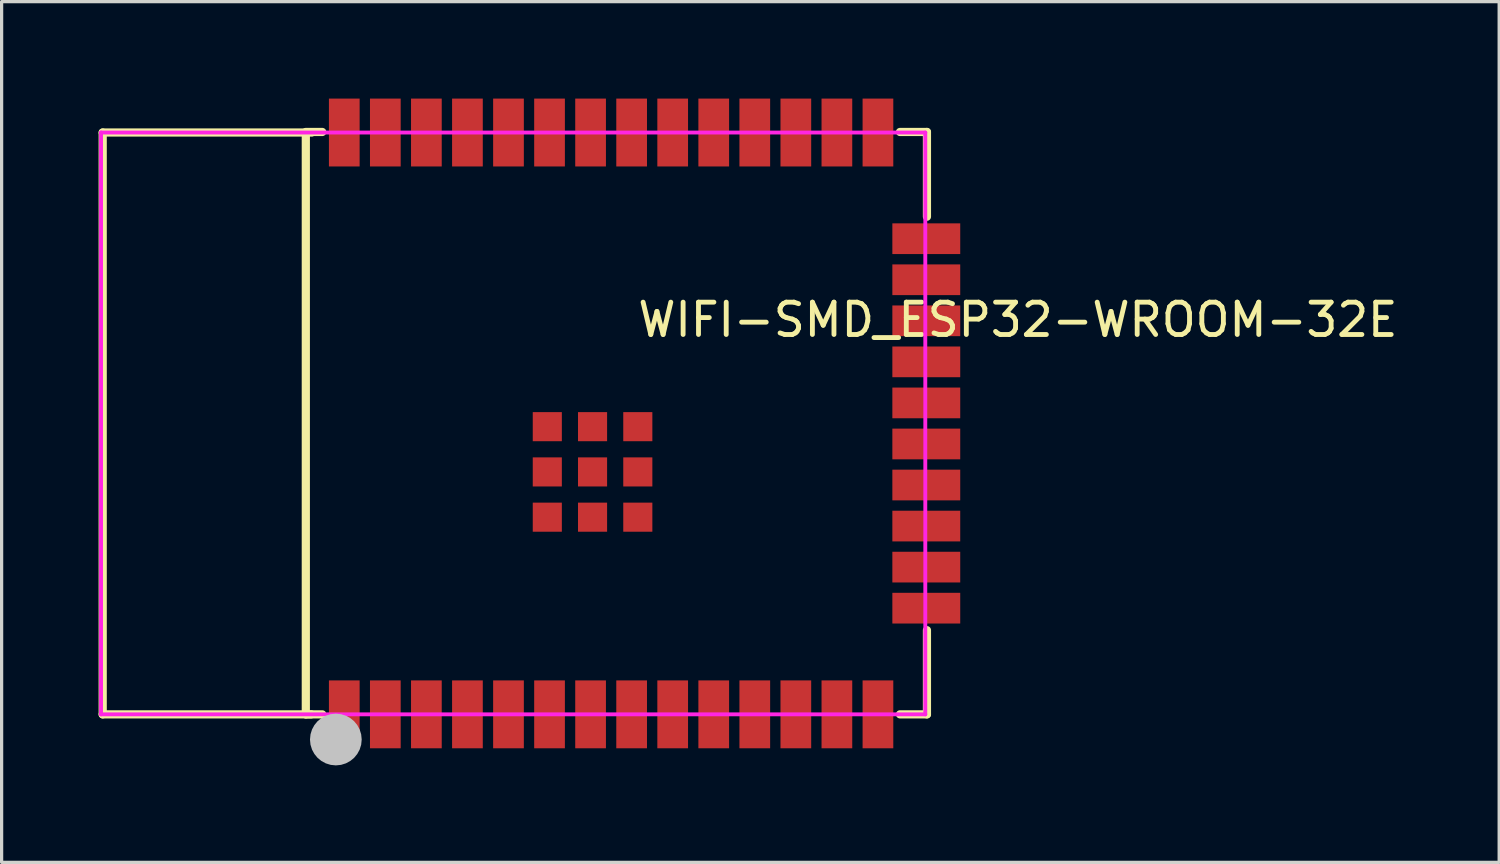
<source format=kicad_pcb>
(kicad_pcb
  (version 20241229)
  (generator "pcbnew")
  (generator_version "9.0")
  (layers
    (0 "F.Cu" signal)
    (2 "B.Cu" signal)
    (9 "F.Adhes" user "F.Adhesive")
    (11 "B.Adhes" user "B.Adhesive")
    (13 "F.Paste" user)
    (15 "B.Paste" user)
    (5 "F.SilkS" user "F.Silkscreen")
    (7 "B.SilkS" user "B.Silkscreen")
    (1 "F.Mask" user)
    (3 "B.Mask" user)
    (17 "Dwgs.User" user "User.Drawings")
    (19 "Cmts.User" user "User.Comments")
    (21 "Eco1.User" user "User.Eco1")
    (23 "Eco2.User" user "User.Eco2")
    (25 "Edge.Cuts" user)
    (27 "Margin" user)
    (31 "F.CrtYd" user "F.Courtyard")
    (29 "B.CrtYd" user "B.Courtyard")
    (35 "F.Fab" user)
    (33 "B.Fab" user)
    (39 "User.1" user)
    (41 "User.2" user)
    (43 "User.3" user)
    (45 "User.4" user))
  (footprint "WIFI-SMD_ESP32-WROOM-32E"
    (layer "F.Cu")
    (at 16.604 10.05)
    (property "Reference" "WIFI-SMD_ESP32-WROOM-32E" (at 0 -3.207 0) (layer "F.SilkS") (effects (font (size 1 1) (thickness 0.15)) (justify left)))
    (attr through_hole)
    (fp_line (start -16.477 -9) (end -16.477 9) (stroke (width 0.254) (type solid)) (layer "F.SilkS"))
    (fp_line (start -16.477 -9) (end -10.011 -9) (stroke (width 0.254) (type solid)) (layer "F.SilkS"))
    (fp_line (start -16.477 9) (end -10.027 9) (stroke (width 0.254) (type solid)) (layer "F.SilkS"))
    (fp_line (start -10.193 -9) (end -10.193 9) (stroke (width 0.254) (type solid)) (layer "F.SilkS"))
    (fp_line (start -10.193 9) (end -9.684 9) (stroke (width 0.254) (type solid)) (layer "F.SilkS"))
    (fp_line (start -9.684 -9.017) (end -10.193 -9.017) (stroke (width 0.254) (type solid)) (layer "F.SilkS"))
    (fp_line (start 8.189 9) (end 9.023 9) (stroke (width 0.254) (type solid)) (layer "F.SilkS"))
    (fp_line (start 9.023 -9.017) (end 8.189 -9.017) (stroke (width 0.254) (type solid)) (layer "F.SilkS"))
    (fp_line (start 9.023 -6.396) (end 9.023 -9.017) (stroke (width 0.254) (type solid)) (layer "F.SilkS"))
    (fp_line (start 9.023 9) (end 9.023 6.396) (stroke (width 0.254) (type solid)) (layer "F.SilkS"))
    (fp_circle (center -9.264 9.779) (end -8.864 9.779) (stroke (width 0.8) (type solid)) (fill no) (layer "Dwgs.User"))
    (fp_circle (center -16.528 9) (end -16.498 9) (stroke (width 0.06) (type solid)) (fill no) (layer "Eco2.User"))
    (fp_poly (pts (xy -9.428 8.1) (xy -8.578 8.1) (xy -8.578 9) (xy -9.428 9)) (stroke (width 0.12) (type solid)) (fill no) (layer "Eco2.User"))
    (fp_poly (pts (xy -8.578 -8.1) (xy -9.428 -8.1) (xy -9.428 -9) (xy -8.578 -9)) (stroke (width 0.12) (type solid)) (fill no) (layer "Eco2.User"))
    (fp_poly (pts (xy -8.158 8.1) (xy -7.308 8.1) (xy -7.308 9) (xy -8.158 9)) (stroke (width 0.12) (type solid)) (fill no) (layer "Eco2.User"))
    (fp_poly (pts (xy -7.308 -8.1) (xy -8.158 -8.1) (xy -8.158 -9) (xy -7.308 -9)) (stroke (width 0.12) (type solid)) (fill no) (layer "Eco2.User"))
    (fp_poly (pts (xy -6.888 8.1) (xy -6.038 8.1) (xy -6.038 9) (xy -6.888 9)) (stroke (width 0.12) (type solid)) (fill no) (layer "Eco2.User"))
    (fp_poly (pts (xy -6.038 -8.1) (xy -6.888 -8.1) (xy -6.888 -9) (xy -6.038 -9)) (stroke (width 0.12) (type solid)) (fill no) (layer "Eco2.User"))
    (fp_poly (pts (xy -5.618 8.1) (xy -4.768 8.1) (xy -4.768 9) (xy -5.618 9)) (stroke (width 0.12) (type solid)) (fill no) (layer "Eco2.User"))
    (fp_poly (pts (xy -4.768 -8.1) (xy -5.618 -8.1) (xy -5.618 -9) (xy -4.768 -9)) (stroke (width 0.12) (type solid)) (fill no) (layer "Eco2.User"))
    (fp_poly (pts (xy -4.348 8.1) (xy -3.498 8.1) (xy -3.498 9) (xy -4.348 9)) (stroke (width 0.12) (type solid)) (fill no) (layer "Eco2.User"))
    (fp_poly (pts (xy -3.498 -8.1) (xy -4.348 -8.1) (xy -4.348 -9) (xy -3.498 -9)) (stroke (width 0.12) (type solid)) (fill no) (layer "Eco2.User"))
    (fp_poly (pts (xy -3.078 8.1) (xy -2.228 8.1) (xy -2.228 9) (xy -3.078 9)) (stroke (width 0.12) (type solid)) (fill no) (layer "Eco2.User"))
    (fp_poly (pts (xy -2.269 0.55) (xy -3.169 0.55) (xy -3.169 -0.35) (xy -2.269 -0.35)) (stroke (width 0.12) (type solid)) (fill no) (layer "Eco2.User"))
    (fp_poly (pts (xy -2.269 1.95) (xy -3.169 1.95) (xy -3.169 1.05) (xy -2.269 1.05)) (stroke (width 0.12) (type solid)) (fill no) (layer "Eco2.User"))
    (fp_poly (pts (xy -2.269 3.35) (xy -3.169 3.35) (xy -3.169 2.45) (xy -2.269 2.45)) (stroke (width 0.12) (type solid)) (fill no) (layer "Eco2.User"))
    (fp_poly (pts (xy -2.228 -8.1) (xy -3.078 -8.1) (xy -3.078 -9) (xy -2.228 -9)) (stroke (width 0.12) (type solid)) (fill no) (layer "Eco2.User"))
    (fp_poly (pts (xy -1.808 8.1) (xy -0.958 8.1) (xy -0.958 9) (xy -1.808 9)) (stroke (width 0.12) (type solid)) (fill no) (layer "Eco2.User"))
    (fp_poly (pts (xy -0.958 -8.1) (xy -1.808 -8.1) (xy -1.808 -9) (xy -0.958 -9)) (stroke (width 0.12) (type solid)) (fill no) (layer "Eco2.User"))
    (fp_poly (pts (xy -0.868 0.55) (xy -1.768 0.55) (xy -1.768 -0.35) (xy -0.868 -0.35)) (stroke (width 0.12) (type solid)) (fill no) (layer "Eco2.User"))
    (fp_poly (pts (xy -0.868 1.95) (xy -1.768 1.95) (xy -1.768 1.05) (xy -0.868 1.05)) (stroke (width 0.12) (type solid)) (fill no) (layer "Eco2.User"))
    (fp_poly (pts (xy -0.868 3.35) (xy -1.768 3.35) (xy -1.768 2.45) (xy -0.868 2.45)) (stroke (width 0.12) (type solid)) (fill no) (layer "Eco2.User"))
    (fp_poly (pts (xy -0.538 8.1) (xy 0.312 8.1) (xy 0.312 9) (xy -0.538 9)) (stroke (width 0.12) (type solid)) (fill no) (layer "Eco2.User"))
    (fp_poly (pts (xy 0.312 -8.1) (xy -0.538 -8.1) (xy -0.538 -9) (xy 0.312 -9)) (stroke (width 0.12) (type solid)) (fill no) (layer "Eco2.User"))
    (fp_poly (pts (xy 0.517 3.335) (xy -0.383 3.335) (xy -0.383 2.435) (xy 0.517 2.435)) (stroke (width 0.12) (type solid)) (fill no) (layer "Eco2.User"))
    (fp_poly (pts (xy 0.531 0.55) (xy -0.369 0.55) (xy -0.369 -0.35) (xy 0.531 -0.35)) (stroke (width 0.12) (type solid)) (fill no) (layer "Eco2.User"))
    (fp_poly (pts (xy 0.531 1.95) (xy -0.369 1.95) (xy -0.369 1.05) (xy 0.531 1.05)) (stroke (width 0.12) (type solid)) (fill no) (layer "Eco2.User"))
    (fp_poly (pts (xy 0.732 8.1) (xy 1.582 8.1) (xy 1.582 9) (xy 0.732 9)) (stroke (width 0.12) (type solid)) (fill no) (layer "Eco2.User"))
    (fp_poly (pts (xy 1.582 -8.1) (xy 0.732 -8.1) (xy 0.732 -9) (xy 1.582 -9)) (stroke (width 0.12) (type solid)) (fill no) (layer "Eco2.User"))
    (fp_poly (pts (xy 2.002 8.1) (xy 2.852 8.1) (xy 2.852 9) (xy 2.002 9)) (stroke (width 0.12) (type solid)) (fill no) (layer "Eco2.User"))
    (fp_poly (pts (xy 2.852 -8.1) (xy 2.002 -8.1) (xy 2.002 -9) (xy 2.852 -9)) (stroke (width 0.12) (type solid)) (fill no) (layer "Eco2.User"))
    (fp_poly (pts (xy 3.272 8.1) (xy 4.122 8.1) (xy 4.122 9) (xy 3.272 9)) (stroke (width 0.12) (type solid)) (fill no) (layer "Eco2.User"))
    (fp_poly (pts (xy 4.122 -8.1) (xy 3.272 -8.1) (xy 3.272 -9) (xy 4.122 -9)) (stroke (width 0.12) (type solid)) (fill no) (layer "Eco2.User"))
    (fp_poly (pts (xy 4.542 8.1) (xy 5.392 8.1) (xy 5.392 9) (xy 4.542 9)) (stroke (width 0.12) (type solid)) (fill no) (layer "Eco2.User"))
    (fp_poly (pts (xy 5.392 -8.1) (xy 4.542 -8.1) (xy 4.542 -9) (xy 5.392 -9)) (stroke (width 0.12) (type solid)) (fill no) (layer "Eco2.User"))
    (fp_poly (pts (xy 5.812 8.1) (xy 6.662 8.1) (xy 6.662 9) (xy 5.812 9)) (stroke (width 0.12) (type solid)) (fill no) (layer "Eco2.User"))
    (fp_poly (pts (xy 6.662 -8.1) (xy 5.812 -8.1) (xy 5.812 -9) (xy 6.662 -9)) (stroke (width 0.12) (type solid)) (fill no) (layer "Eco2.User"))
    (fp_poly (pts (xy 7.082 8.1) (xy 7.932 8.1) (xy 7.932 9) (xy 7.082 9)) (stroke (width 0.12) (type solid)) (fill no) (layer "Eco2.User"))
    (fp_poly (pts (xy 7.932 -8.1) (xy 7.082 -8.1) (xy 7.082 -9) (xy 7.932 -9)) (stroke (width 0.12) (type solid)) (fill no) (layer "Eco2.User"))
    (fp_poly (pts (xy 8.072 -5.29) (xy 8.072 -6.14) (xy 8.972 -6.14) (xy 8.972 -5.29)) (stroke (width 0.12) (type solid)) (fill no) (layer "Eco2.User"))
    (fp_poly (pts (xy 8.072 -4.02) (xy 8.072 -4.87) (xy 8.972 -4.87) (xy 8.972 -4.02)) (stroke (width 0.12) (type solid)) (fill no) (layer "Eco2.User"))
    (fp_poly (pts (xy 8.072 -2.75) (xy 8.072 -3.6) (xy 8.972 -3.6) (xy 8.972 -2.75)) (stroke (width 0.12) (type solid)) (fill no) (layer "Eco2.User"))
    (fp_poly (pts (xy 8.072 -1.48) (xy 8.072 -2.33) (xy 8.972 -2.33) (xy 8.972 -1.48)) (stroke (width 0.12) (type solid)) (fill no) (layer "Eco2.User"))
    (fp_poly (pts (xy 8.072 -0.21) (xy 8.072 -1.06) (xy 8.972 -1.06) (xy 8.972 -0.21)) (stroke (width 0.12) (type solid)) (fill no) (layer "Eco2.User"))
    (fp_poly (pts (xy 8.072 1.06) (xy 8.072 0.21) (xy 8.972 0.21) (xy 8.972 1.06)) (stroke (width 0.12) (type solid)) (fill no) (layer "Eco2.User"))
    (fp_poly (pts (xy 8.072 2.33) (xy 8.072 1.48) (xy 8.972 1.48) (xy 8.972 2.33)) (stroke (width 0.12) (type solid)) (fill no) (layer "Eco2.User"))
    (fp_poly (pts (xy 8.072 3.6) (xy 8.072 2.75) (xy 8.972 2.75) (xy 8.972 3.6)) (stroke (width 0.12) (type solid)) (fill no) (layer "Eco2.User"))
    (fp_poly (pts (xy 8.072 4.87) (xy 8.072 4.02) (xy 8.972 4.02) (xy 8.972 4.87)) (stroke (width 0.12) (type solid)) (fill no) (layer "Eco2.User"))
    (fp_poly (pts (xy 8.072 6.14) (xy 8.072 5.29) (xy 8.972 5.29) (xy 8.972 6.14)) (stroke (width 0.12) (type solid)) (fill no) (layer "Eco2.User"))
    (fp_line (start -16.528 -9) (end 8.972 -9) (stroke (width 0.12) (type solid)) (layer "F.CrtYd"))
    (fp_line (start -16.528 9) (end -16.528 -9) (stroke (width 0.12) (type solid)) (layer "F.CrtYd"))
    (fp_line (start 8.972 -9) (end 8.972 9) (stroke (width 0.12) (type solid)) (layer "F.CrtYd"))
    (fp_line (start 8.972 9) (end -16.528 9) (stroke (width 0.12) (type solid)) (layer "F.CrtYd"))
    (pad "1" smd rect (at -9.003 9) (size 0.95 2.1) (layers "F.Cu" "F.Mask" "F.Paste"))
    (pad "2" smd rect (at -7.733 9) (size 0.95 2.1) (layers "F.Cu" "F.Mask" "F.Paste"))
    (pad "3" smd rect (at -6.463 9) (size 0.95 2.1) (layers "F.Cu" "F.Mask" "F.Paste"))
    (pad "4" smd rect (at -5.193 9) (size 0.95 2.1) (layers "F.Cu" "F.Mask" "F.Paste"))
    (pad "5" smd rect (at -3.923 9) (size 0.95 2.1) (layers "F.Cu" "F.Mask" "F.Paste"))
    (pad "6" smd rect (at -2.653 9) (size 0.95 2.1) (layers "F.Cu" "F.Mask" "F.Paste"))
    (pad "7" smd rect (at -1.383 9) (size 0.95 2.1) (layers "F.Cu" "F.Mask" "F.Paste"))
    (pad "8" smd rect (at -0.113 9) (size 0.95 2.1) (layers "F.Cu" "F.Mask" "F.Paste"))
    (pad "9" smd rect (at 1.157 9) (size 0.95 2.1) (layers "F.Cu" "F.Mask" "F.Paste"))
    (pad "10" smd rect (at 2.427 9) (size 0.95 2.1) (layers "F.Cu" "F.Mask" "F.Paste"))
    (pad "11" smd rect (at 3.697 9) (size 0.95 2.1) (layers "F.Cu" "F.Mask" "F.Paste"))
    (pad "12" smd rect (at 4.967 9) (size 0.95 2.1) (layers "F.Cu" "F.Mask" "F.Paste"))
    (pad "13" smd rect (at 6.237 9) (size 0.95 2.1) (layers "F.Cu" "F.Mask" "F.Paste"))
    (pad "14" smd rect (at 7.507 9) (size 0.95 2.1) (layers "F.Cu" "F.Mask" "F.Paste"))
    (pad "15" smd rect (at 9.003 5.715) (size 2.1 0.95) (layers "F.Cu" "F.Mask" "F.Paste"))
    (pad "16" smd rect (at 9.003 4.445) (size 2.1 0.95) (layers "F.Cu" "F.Mask" "F.Paste"))
    (pad "17" smd rect (at 9.003 3.175) (size 2.1 0.95) (layers "F.Cu" "F.Mask" "F.Paste"))
    (pad "18" smd rect (at 9.003 1.905) (size 2.1 0.95) (layers "F.Cu" "F.Mask" "F.Paste"))
    (pad "19" smd rect (at 9.003 0.635) (size 2.1 0.95) (layers "F.Cu" "F.Mask" "F.Paste"))
    (pad "20" smd rect (at 9.003 -0.635) (size 2.1 0.95) (layers "F.Cu" "F.Mask" "F.Paste"))
    (pad "21" smd rect (at 9.003 -1.905) (size 2.1 0.95) (layers "F.Cu" "F.Mask" "F.Paste"))
    (pad "22" smd rect (at 9.003 -3.175) (size 2.1 0.95) (layers "F.Cu" "F.Mask" "F.Paste"))
    (pad "23" smd rect (at 9.003 -4.445) (size 2.1 0.95) (layers "F.Cu" "F.Mask" "F.Paste"))
    (pad "24" smd rect (at 9.003 -5.715) (size 2.1 0.95) (layers "F.Cu" "F.Mask" "F.Paste"))
    (pad "25" smd rect (at 7.507 -9) (size 0.95 2.1) (layers "F.Cu" "F.Mask" "F.Paste"))
    (pad "26" smd rect (at 6.237 -9) (size 0.95 2.1) (layers "F.Cu" "F.Mask" "F.Paste"))
    (pad "27" smd rect (at 4.967 -9) (size 0.95 2.1) (layers "F.Cu" "F.Mask" "F.Paste"))
    (pad "28" smd rect (at 3.697 -9) (size 0.95 2.1) (layers "F.Cu" "F.Mask" "F.Paste"))
    (pad "29" smd rect (at 2.427 -9) (size 0.95 2.1) (layers "F.Cu" "F.Mask" "F.Paste"))
    (pad "30" smd rect (at 1.157 -9) (size 0.95 2.1) (layers "F.Cu" "F.Mask" "F.Paste"))
    (pad "31" smd rect (at -0.113 -9) (size 0.95 2.1) (layers "F.Cu" "F.Mask" "F.Paste"))
    (pad "32" smd rect (at -1.383 -9) (size 0.95 2.1) (layers "F.Cu" "F.Mask" "F.Paste"))
    (pad "33" smd rect (at -2.653 -9) (size 0.95 2.1) (layers "F.Cu" "F.Mask" "F.Paste"))
    (pad "34" smd rect (at -3.923 -9) (size 0.95 2.1) (layers "F.Cu" "F.Mask" "F.Paste"))
    (pad "35" smd rect (at -5.193 -9) (size 0.95 2.1) (layers "F.Cu" "F.Mask" "F.Paste"))
    (pad "36" smd rect (at -6.463 -9) (size 0.95 2.1) (layers "F.Cu" "F.Mask" "F.Paste"))
    (pad "37" smd rect (at -7.733 -9) (size 0.95 2.1) (layers "F.Cu" "F.Mask" "F.Paste"))
    (pad "38" smd rect (at -9.003 -9) (size 0.95 2.1) (layers "F.Cu" "F.Mask" "F.Paste"))
    (pad "39" smd rect (at -2.722 0.1 180) (size 0.9 0.9) (layers "F.Cu" "F.Mask" "F.Paste"))
    (pad "39" smd rect (at -2.722 1.5 180) (size 0.9 0.9) (layers "F.Cu" "F.Mask" "F.Paste"))
    (pad "39" smd rect (at -2.722 2.9 180) (size 0.9 0.9) (layers "F.Cu" "F.Mask" "F.Paste"))
    (pad "39" smd rect (at -1.322 0.1 180) (size 0.9 0.9) (layers "F.Cu" "F.Mask" "F.Paste"))
    (pad "39" smd rect (at -1.322 1.5 180) (size 0.9 0.9) (layers "F.Cu" "F.Mask" "F.Paste"))
    (pad "39" smd rect (at -1.322 2.9 180) (size 0.9 0.9) (layers "F.Cu" "F.Mask" "F.Paste"))
    (pad "39" smd rect (at 0.078 0.1 180) (size 0.9 0.9) (layers "F.Cu" "F.Mask" "F.Paste"))
    (pad "39" smd rect (at 0.078 1.5 180) (size 0.9 0.9) (layers "F.Cu" "F.Mask" "F.Paste"))
    (pad "39" smd rect (at 0.078 2.9 180) (size 0.9 0.9) (layers "F.Cu" "F.Mask" "F.Paste")))
  (gr_rect
    (start -3 -3)
    (end 43.33 23.629)
    (stroke (width 0.1) (type default))
    (fill no)
    (layer "Edge.Cuts")))
</source>
